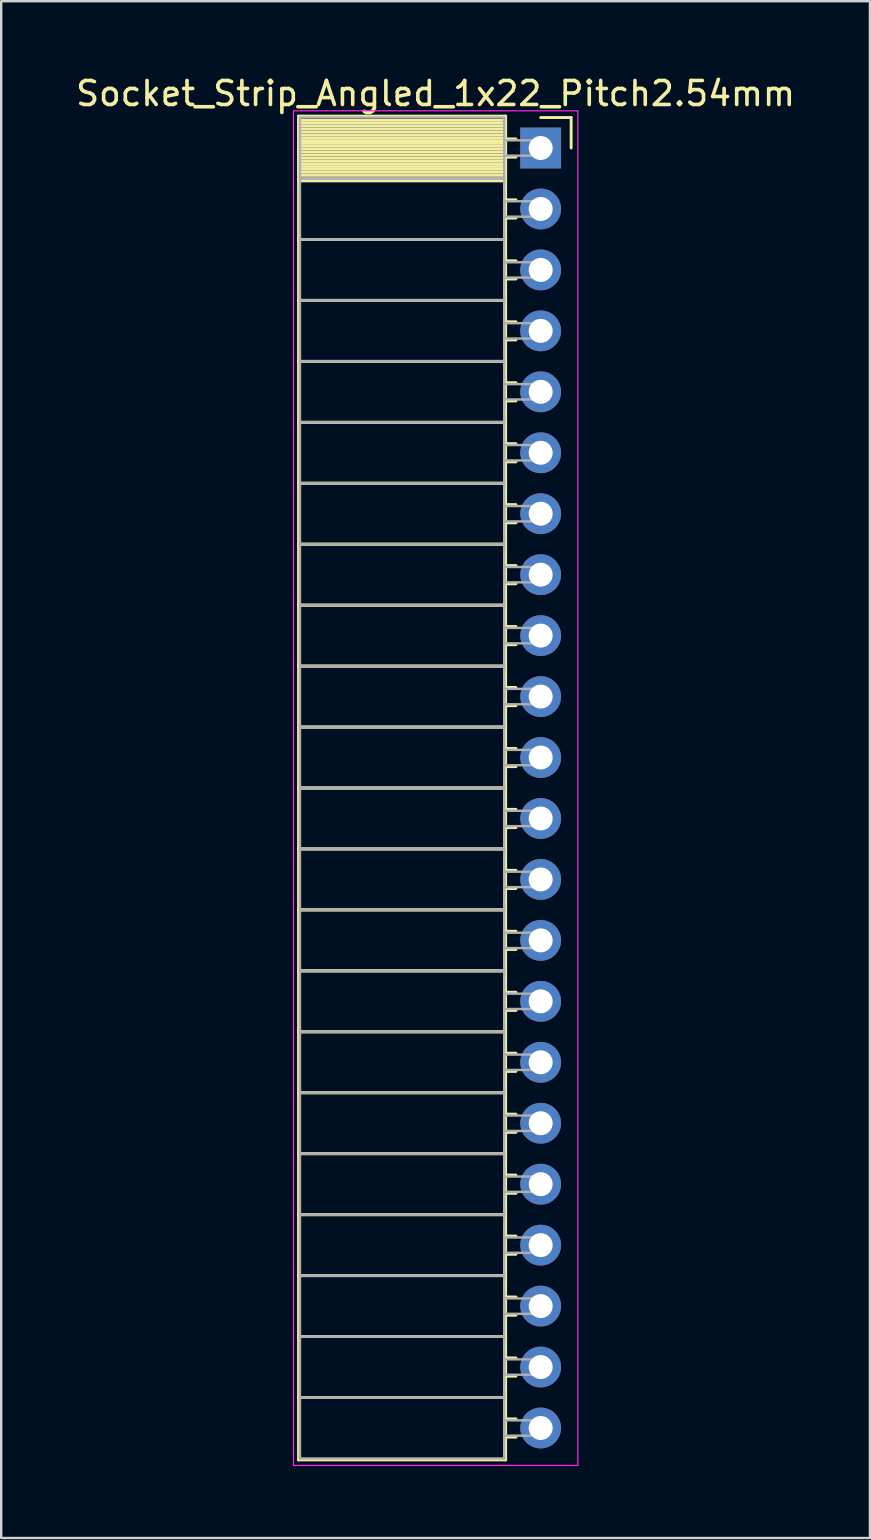
<source format=kicad_pcb>
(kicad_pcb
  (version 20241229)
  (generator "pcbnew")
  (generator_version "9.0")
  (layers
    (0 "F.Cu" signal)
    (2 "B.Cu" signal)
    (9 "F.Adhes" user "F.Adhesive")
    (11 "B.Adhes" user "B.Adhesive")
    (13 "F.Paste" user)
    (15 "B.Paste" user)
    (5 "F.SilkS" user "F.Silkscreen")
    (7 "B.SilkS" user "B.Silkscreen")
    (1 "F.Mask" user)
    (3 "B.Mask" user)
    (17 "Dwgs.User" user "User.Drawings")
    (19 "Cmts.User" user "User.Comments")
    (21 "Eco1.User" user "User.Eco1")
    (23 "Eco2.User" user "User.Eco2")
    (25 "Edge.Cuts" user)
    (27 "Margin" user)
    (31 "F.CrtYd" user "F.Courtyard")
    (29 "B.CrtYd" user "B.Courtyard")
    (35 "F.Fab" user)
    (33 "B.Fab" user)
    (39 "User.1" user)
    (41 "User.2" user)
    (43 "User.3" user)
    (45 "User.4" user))
  (footprint "Socket_Strip_Angled_1x22_Pitch2.54mm"
    (layer "F.Cu")
    (at 19.481 3.118)
    (property "Reference" "Socket_Strip_Angled_1x22_Pitch2.54mm" (at -4.38 -2.27 0) (layer "F.SilkS") (effects (font (size 1 1) (thickness 0.15))))
    (attr through_hole)
    (fp_line (start -10.09 -1.33) (end -1.46 -1.33) (stroke (width 0.12) (type solid)) (layer "F.SilkS"))
    (fp_line (start -10.09 1.27) (end -10.09 -1.33) (stroke (width 0.12) (type solid)) (layer "F.SilkS"))
    (fp_line (start -10.09 1.27) (end -1.46 1.27) (stroke (width 0.12) (type solid)) (layer "F.SilkS"))
    (fp_line (start -10.09 3.81) (end -10.09 1.27) (stroke (width 0.12) (type solid)) (layer "F.SilkS"))
    (fp_line (start -10.09 3.81) (end -1.46 3.81) (stroke (width 0.12) (type solid)) (layer "F.SilkS"))
    (fp_line (start -10.09 6.35) (end -10.09 3.81) (stroke (width 0.12) (type solid)) (layer "F.SilkS"))
    (fp_line (start -10.09 6.35) (end -1.46 6.35) (stroke (width 0.12) (type solid)) (layer "F.SilkS"))
    (fp_line (start -10.09 8.89) (end -10.09 6.35) (stroke (width 0.12) (type solid)) (layer "F.SilkS"))
    (fp_line (start -10.09 8.89) (end -1.46 8.89) (stroke (width 0.12) (type solid)) (layer "F.SilkS"))
    (fp_line (start -10.09 11.43) (end -10.09 8.89) (stroke (width 0.12) (type solid)) (layer "F.SilkS"))
    (fp_line (start -10.09 11.43) (end -1.46 11.43) (stroke (width 0.12) (type solid)) (layer "F.SilkS"))
    (fp_line (start -10.09 13.97) (end -10.09 11.43) (stroke (width 0.12) (type solid)) (layer "F.SilkS"))
    (fp_line (start -10.09 13.97) (end -1.46 13.97) (stroke (width 0.12) (type solid)) (layer "F.SilkS"))
    (fp_line (start -10.09 16.51) (end -10.09 13.97) (stroke (width 0.12) (type solid)) (layer "F.SilkS"))
    (fp_line (start -10.09 16.51) (end -1.46 16.51) (stroke (width 0.12) (type solid)) (layer "F.SilkS"))
    (fp_line (start -10.09 19.05) (end -10.09 16.51) (stroke (width 0.12) (type solid)) (layer "F.SilkS"))
    (fp_line (start -10.09 19.05) (end -1.46 19.05) (stroke (width 0.12) (type solid)) (layer "F.SilkS"))
    (fp_line (start -10.09 21.59) (end -10.09 19.05) (stroke (width 0.12) (type solid)) (layer "F.SilkS"))
    (fp_line (start -10.09 21.59) (end -1.46 21.59) (stroke (width 0.12) (type solid)) (layer "F.SilkS"))
    (fp_line (start -10.09 24.13) (end -10.09 21.59) (stroke (width 0.12) (type solid)) (layer "F.SilkS"))
    (fp_line (start -10.09 24.13) (end -1.46 24.13) (stroke (width 0.12) (type solid)) (layer "F.SilkS"))
    (fp_line (start -10.09 26.67) (end -10.09 24.13) (stroke (width 0.12) (type solid)) (layer "F.SilkS"))
    (fp_line (start -10.09 26.67) (end -1.46 26.67) (stroke (width 0.12) (type solid)) (layer "F.SilkS"))
    (fp_line (start -10.09 29.21) (end -10.09 26.67) (stroke (width 0.12) (type solid)) (layer "F.SilkS"))
    (fp_line (start -10.09 29.21) (end -1.46 29.21) (stroke (width 0.12) (type solid)) (layer "F.SilkS"))
    (fp_line (start -10.09 31.75) (end -10.09 29.21) (stroke (width 0.12) (type solid)) (layer "F.SilkS"))
    (fp_line (start -10.09 31.75) (end -1.46 31.75) (stroke (width 0.12) (type solid)) (layer "F.SilkS"))
    (fp_line (start -10.09 34.29) (end -10.09 31.75) (stroke (width 0.12) (type solid)) (layer "F.SilkS"))
    (fp_line (start -10.09 34.29) (end -1.46 34.29) (stroke (width 0.12) (type solid)) (layer "F.SilkS"))
    (fp_line (start -10.09 36.83) (end -10.09 34.29) (stroke (width 0.12) (type solid)) (layer "F.SilkS"))
    (fp_line (start -10.09 36.83) (end -1.46 36.83) (stroke (width 0.12) (type solid)) (layer "F.SilkS"))
    (fp_line (start -10.09 39.37) (end -10.09 36.83) (stroke (width 0.12) (type solid)) (layer "F.SilkS"))
    (fp_line (start -10.09 39.37) (end -1.46 39.37) (stroke (width 0.12) (type solid)) (layer "F.SilkS"))
    (fp_line (start -10.09 41.91) (end -10.09 39.37) (stroke (width 0.12) (type solid)) (layer "F.SilkS"))
    (fp_line (start -10.09 41.91) (end -1.46 41.91) (stroke (width 0.12) (type solid)) (layer "F.SilkS"))
    (fp_line (start -10.09 44.45) (end -10.09 41.91) (stroke (width 0.12) (type solid)) (layer "F.SilkS"))
    (fp_line (start -10.09 44.45) (end -1.46 44.45) (stroke (width 0.12) (type solid)) (layer "F.SilkS"))
    (fp_line (start -10.09 46.99) (end -10.09 44.45) (stroke (width 0.12) (type solid)) (layer "F.SilkS"))
    (fp_line (start -10.09 46.99) (end -1.46 46.99) (stroke (width 0.12) (type solid)) (layer "F.SilkS"))
    (fp_line (start -10.09 49.53) (end -10.09 46.99) (stroke (width 0.12) (type solid)) (layer "F.SilkS"))
    (fp_line (start -10.09 49.53) (end -1.46 49.53) (stroke (width 0.12) (type solid)) (layer "F.SilkS"))
    (fp_line (start -10.09 52.07) (end -10.09 49.53) (stroke (width 0.12) (type solid)) (layer "F.SilkS"))
    (fp_line (start -10.09 52.07) (end -1.46 52.07) (stroke (width 0.12) (type solid)) (layer "F.SilkS"))
    (fp_line (start -10.09 54.67) (end -10.09 52.07) (stroke (width 0.12) (type solid)) (layer "F.SilkS"))
    (fp_line (start -1.46 -1.33) (end -1.46 1.27) (stroke (width 0.12) (type solid)) (layer "F.SilkS"))
    (fp_line (start -1.46 -1.15) (end -10.09 -1.15) (stroke (width 0.12) (type solid)) (layer "F.SilkS"))
    (fp_line (start -1.46 -1.03) (end -10.09 -1.03) (stroke (width 0.12) (type solid)) (layer "F.SilkS"))
    (fp_line (start -1.46 -0.91) (end -10.09 -0.91) (stroke (width 0.12) (type solid)) (layer "F.SilkS"))
    (fp_line (start -1.46 -0.79) (end -10.09 -0.79) (stroke (width 0.12) (type solid)) (layer "F.SilkS"))
    (fp_line (start -1.46 -0.67) (end -10.09 -0.67) (stroke (width 0.12) (type solid)) (layer "F.SilkS"))
    (fp_line (start -1.46 -0.55) (end -10.09 -0.55) (stroke (width 0.12) (type solid)) (layer "F.SilkS"))
    (fp_line (start -1.46 -0.43) (end -10.09 -0.43) (stroke (width 0.12) (type solid)) (layer "F.SilkS"))
    (fp_line (start -1.46 -0.31) (end -10.09 -0.31) (stroke (width 0.12) (type solid)) (layer "F.SilkS"))
    (fp_line (start -1.46 -0.19) (end -10.09 -0.19) (stroke (width 0.12) (type solid)) (layer "F.SilkS"))
    (fp_line (start -1.46 -0.07) (end -10.09 -0.07) (stroke (width 0.12) (type solid)) (layer "F.SilkS"))
    (fp_line (start -1.46 0.05) (end -10.09 0.05) (stroke (width 0.12) (type solid)) (layer "F.SilkS"))
    (fp_line (start -1.46 0.17) (end -10.09 0.17) (stroke (width 0.12) (type solid)) (layer "F.SilkS"))
    (fp_line (start -1.46 0.29) (end -10.09 0.29) (stroke (width 0.12) (type solid)) (layer "F.SilkS"))
    (fp_line (start -1.46 0.41) (end -10.09 0.41) (stroke (width 0.12) (type solid)) (layer "F.SilkS"))
    (fp_line (start -1.46 0.53) (end -10.09 0.53) (stroke (width 0.12) (type solid)) (layer "F.SilkS"))
    (fp_line (start -1.46 0.65) (end -10.09 0.65) (stroke (width 0.12) (type solid)) (layer "F.SilkS"))
    (fp_line (start -1.46 0.77) (end -10.09 0.77) (stroke (width 0.12) (type solid)) (layer "F.SilkS"))
    (fp_line (start -1.46 0.89) (end -10.09 0.89) (stroke (width 0.12) (type solid)) (layer "F.SilkS"))
    (fp_line (start -1.46 1.01) (end -10.09 1.01) (stroke (width 0.12) (type solid)) (layer "F.SilkS"))
    (fp_line (start -1.46 1.13) (end -10.09 1.13) (stroke (width 0.12) (type solid)) (layer "F.SilkS"))
    (fp_line (start -1.46 1.25) (end -10.09 1.25) (stroke (width 0.12) (type solid)) (layer "F.SilkS"))
    (fp_line (start -1.46 1.27) (end -10.09 1.27) (stroke (width 0.12) (type solid)) (layer "F.SilkS"))
    (fp_line (start -1.46 1.27) (end -1.46 3.81) (stroke (width 0.12) (type solid)) (layer "F.SilkS"))
    (fp_line (start -1.46 1.37) (end -10.09 1.37) (stroke (width 0.12) (type solid)) (layer "F.SilkS"))
    (fp_line (start -1.46 3.81) (end -10.09 3.81) (stroke (width 0.12) (type solid)) (layer "F.SilkS"))
    (fp_line (start -1.46 3.81) (end -1.46 6.35) (stroke (width 0.12) (type solid)) (layer "F.SilkS"))
    (fp_line (start -1.46 6.35) (end -10.09 6.35) (stroke (width 0.12) (type solid)) (layer "F.SilkS"))
    (fp_line (start -1.46 6.35) (end -1.46 8.89) (stroke (width 0.12) (type solid)) (layer "F.SilkS"))
    (fp_line (start -1.46 8.89) (end -10.09 8.89) (stroke (width 0.12) (type solid)) (layer "F.SilkS"))
    (fp_line (start -1.46 8.89) (end -1.46 11.43) (stroke (width 0.12) (type solid)) (layer "F.SilkS"))
    (fp_line (start -1.46 11.43) (end -10.09 11.43) (stroke (width 0.12) (type solid)) (layer "F.SilkS"))
    (fp_line (start -1.46 11.43) (end -1.46 13.97) (stroke (width 0.12) (type solid)) (layer "F.SilkS"))
    (fp_line (start -1.46 13.97) (end -10.09 13.97) (stroke (width 0.12) (type solid)) (layer "F.SilkS"))
    (fp_line (start -1.46 13.97) (end -1.46 16.51) (stroke (width 0.12) (type solid)) (layer "F.SilkS"))
    (fp_line (start -1.46 16.51) (end -10.09 16.51) (stroke (width 0.12) (type solid)) (layer "F.SilkS"))
    (fp_line (start -1.46 16.51) (end -1.46 19.05) (stroke (width 0.12) (type solid)) (layer "F.SilkS"))
    (fp_line (start -1.46 19.05) (end -10.09 19.05) (stroke (width 0.12) (type solid)) (layer "F.SilkS"))
    (fp_line (start -1.46 19.05) (end -1.46 21.59) (stroke (width 0.12) (type solid)) (layer "F.SilkS"))
    (fp_line (start -1.46 21.59) (end -10.09 21.59) (stroke (width 0.12) (type solid)) (layer "F.SilkS"))
    (fp_line (start -1.46 21.59) (end -1.46 24.13) (stroke (width 0.12) (type solid)) (layer "F.SilkS"))
    (fp_line (start -1.46 24.13) (end -10.09 24.13) (stroke (width 0.12) (type solid)) (layer "F.SilkS"))
    (fp_line (start -1.46 24.13) (end -1.46 26.67) (stroke (width 0.12) (type solid)) (layer "F.SilkS"))
    (fp_line (start -1.46 26.67) (end -10.09 26.67) (stroke (width 0.12) (type solid)) (layer "F.SilkS"))
    (fp_line (start -1.46 26.67) (end -1.46 29.21) (stroke (width 0.12) (type solid)) (layer "F.SilkS"))
    (fp_line (start -1.46 29.21) (end -10.09 29.21) (stroke (width 0.12) (type solid)) (layer "F.SilkS"))
    (fp_line (start -1.46 29.21) (end -1.46 31.75) (stroke (width 0.12) (type solid)) (layer "F.SilkS"))
    (fp_line (start -1.46 31.75) (end -10.09 31.75) (stroke (width 0.12) (type solid)) (layer "F.SilkS"))
    (fp_line (start -1.46 31.75) (end -1.46 34.29) (stroke (width 0.12) (type solid)) (layer "F.SilkS"))
    (fp_line (start -1.46 34.29) (end -10.09 34.29) (stroke (width 0.12) (type solid)) (layer "F.SilkS"))
    (fp_line (start -1.46 34.29) (end -1.46 36.83) (stroke (width 0.12) (type solid)) (layer "F.SilkS"))
    (fp_line (start -1.46 36.83) (end -10.09 36.83) (stroke (width 0.12) (type solid)) (layer "F.SilkS"))
    (fp_line (start -1.46 36.83) (end -1.46 39.37) (stroke (width 0.12) (type solid)) (layer "F.SilkS"))
    (fp_line (start -1.46 39.37) (end -10.09 39.37) (stroke (width 0.12) (type solid)) (layer "F.SilkS"))
    (fp_line (start -1.46 39.37) (end -1.46 41.91) (stroke (width 0.12) (type solid)) (layer "F.SilkS"))
    (fp_line (start -1.46 41.91) (end -10.09 41.91) (stroke (width 0.12) (type solid)) (layer "F.SilkS"))
    (fp_line (start -1.46 41.91) (end -1.46 44.45) (stroke (width 0.12) (type solid)) (layer "F.SilkS"))
    (fp_line (start -1.46 44.45) (end -10.09 44.45) (stroke (width 0.12) (type solid)) (layer "F.SilkS"))
    (fp_line (start -1.46 44.45) (end -1.46 46.99) (stroke (width 0.12) (type solid)) (layer "F.SilkS"))
    (fp_line (start -1.46 46.99) (end -10.09 46.99) (stroke (width 0.12) (type solid)) (layer "F.SilkS"))
    (fp_line (start -1.46 46.99) (end -1.46 49.53) (stroke (width 0.12) (type solid)) (layer "F.SilkS"))
    (fp_line (start -1.46 49.53) (end -10.09 49.53) (stroke (width 0.12) (type solid)) (layer "F.SilkS"))
    (fp_line (start -1.46 49.53) (end -1.46 52.07) (stroke (width 0.12) (type solid)) (layer "F.SilkS"))
    (fp_line (start -1.46 52.07) (end -10.09 52.07) (stroke (width 0.12) (type solid)) (layer "F.SilkS"))
    (fp_line (start -1.46 52.07) (end -1.46 54.67) (stroke (width 0.12) (type solid)) (layer "F.SilkS"))
    (fp_line (start -1.46 54.67) (end -10.09 54.67) (stroke (width 0.12) (type solid)) (layer "F.SilkS"))
    (fp_line (start -1.03 -0.38) (end -1.46 -0.38) (stroke (width 0.12) (type solid)) (layer "F.SilkS"))
    (fp_line (start -1.03 0.38) (end -1.46 0.38) (stroke (width 0.12) (type solid)) (layer "F.SilkS"))
    (fp_line (start -1.03 2.16) (end -1.46 2.16) (stroke (width 0.12) (type solid)) (layer "F.SilkS"))
    (fp_line (start -1.03 2.92) (end -1.46 2.92) (stroke (width 0.12) (type solid)) (layer "F.SilkS"))
    (fp_line (start -1.03 4.7) (end -1.46 4.7) (stroke (width 0.12) (type solid)) (layer "F.SilkS"))
    (fp_line (start -1.03 5.46) (end -1.46 5.46) (stroke (width 0.12) (type solid)) (layer "F.SilkS"))
    (fp_line (start -1.03 7.24) (end -1.46 7.24) (stroke (width 0.12) (type solid)) (layer "F.SilkS"))
    (fp_line (start -1.03 8) (end -1.46 8) (stroke (width 0.12) (type solid)) (layer "F.SilkS"))
    (fp_line (start -1.03 9.78) (end -1.46 9.78) (stroke (width 0.12) (type solid)) (layer "F.SilkS"))
    (fp_line (start -1.03 10.54) (end -1.46 10.54) (stroke (width 0.12) (type solid)) (layer "F.SilkS"))
    (fp_line (start -1.03 12.32) (end -1.46 12.32) (stroke (width 0.12) (type solid)) (layer "F.SilkS"))
    (fp_line (start -1.03 13.08) (end -1.46 13.08) (stroke (width 0.12) (type solid)) (layer "F.SilkS"))
    (fp_line (start -1.03 14.86) (end -1.46 14.86) (stroke (width 0.12) (type solid)) (layer "F.SilkS"))
    (fp_line (start -1.03 15.62) (end -1.46 15.62) (stroke (width 0.12) (type solid)) (layer "F.SilkS"))
    (fp_line (start -1.03 17.4) (end -1.46 17.4) (stroke (width 0.12) (type solid)) (layer "F.SilkS"))
    (fp_line (start -1.03 18.16) (end -1.46 18.16) (stroke (width 0.12) (type solid)) (layer "F.SilkS"))
    (fp_line (start -1.03 19.94) (end -1.46 19.94) (stroke (width 0.12) (type solid)) (layer "F.SilkS"))
    (fp_line (start -1.03 20.7) (end -1.46 20.7) (stroke (width 0.12) (type solid)) (layer "F.SilkS"))
    (fp_line (start -1.03 22.48) (end -1.46 22.48) (stroke (width 0.12) (type solid)) (layer "F.SilkS"))
    (fp_line (start -1.03 23.24) (end -1.46 23.24) (stroke (width 0.12) (type solid)) (layer "F.SilkS"))
    (fp_line (start -1.03 25.02) (end -1.46 25.02) (stroke (width 0.12) (type solid)) (layer "F.SilkS"))
    (fp_line (start -1.03 25.78) (end -1.46 25.78) (stroke (width 0.12) (type solid)) (layer "F.SilkS"))
    (fp_line (start -1.03 27.56) (end -1.46 27.56) (stroke (width 0.12) (type solid)) (layer "F.SilkS"))
    (fp_line (start -1.03 28.32) (end -1.46 28.32) (stroke (width 0.12) (type solid)) (layer "F.SilkS"))
    (fp_line (start -1.03 30.1) (end -1.46 30.1) (stroke (width 0.12) (type solid)) (layer "F.SilkS"))
    (fp_line (start -1.03 30.86) (end -1.46 30.86) (stroke (width 0.12) (type solid)) (layer "F.SilkS"))
    (fp_line (start -1.03 32.64) (end -1.46 32.64) (stroke (width 0.12) (type solid)) (layer "F.SilkS"))
    (fp_line (start -1.03 33.4) (end -1.46 33.4) (stroke (width 0.12) (type solid)) (layer "F.SilkS"))
    (fp_line (start -1.03 35.18) (end -1.46 35.18) (stroke (width 0.12) (type solid)) (layer "F.SilkS"))
    (fp_line (start -1.03 35.94) (end -1.46 35.94) (stroke (width 0.12) (type solid)) (layer "F.SilkS"))
    (fp_line (start -1.03 37.72) (end -1.46 37.72) (stroke (width 0.12) (type solid)) (layer "F.SilkS"))
    (fp_line (start -1.03 38.48) (end -1.46 38.48) (stroke (width 0.12) (type solid)) (layer "F.SilkS"))
    (fp_line (start -1.03 40.26) (end -1.46 40.26) (stroke (width 0.12) (type solid)) (layer "F.SilkS"))
    (fp_line (start -1.03 41.02) (end -1.46 41.02) (stroke (width 0.12) (type solid)) (layer "F.SilkS"))
    (fp_line (start -1.03 42.8) (end -1.46 42.8) (stroke (width 0.12) (type solid)) (layer "F.SilkS"))
    (fp_line (start -1.03 43.56) (end -1.46 43.56) (stroke (width 0.12) (type solid)) (layer "F.SilkS"))
    (fp_line (start -1.03 45.34) (end -1.46 45.34) (stroke (width 0.12) (type solid)) (layer "F.SilkS"))
    (fp_line (start -1.03 46.1) (end -1.46 46.1) (stroke (width 0.12) (type solid)) (layer "F.SilkS"))
    (fp_line (start -1.03 47.88) (end -1.46 47.88) (stroke (width 0.12) (type solid)) (layer "F.SilkS"))
    (fp_line (start -1.03 48.64) (end -1.46 48.64) (stroke (width 0.12) (type solid)) (layer "F.SilkS"))
    (fp_line (start -1.03 50.42) (end -1.46 50.42) (stroke (width 0.12) (type solid)) (layer "F.SilkS"))
    (fp_line (start -1.03 51.18) (end -1.46 51.18) (stroke (width 0.12) (type solid)) (layer "F.SilkS"))
    (fp_line (start -1.03 52.96) (end -1.46 52.96) (stroke (width 0.12) (type solid)) (layer "F.SilkS"))
    (fp_line (start -1.03 53.72) (end -1.46 53.72) (stroke (width 0.12) (type solid)) (layer "F.SilkS"))
    (fp_line (start 0 -1.27) (end 1.27 -1.27) (stroke (width 0.12) (type solid)) (layer "F.SilkS"))
    (fp_line (start 1.27 -1.27) (end 1.27 0) (stroke (width 0.12) (type solid)) (layer "F.SilkS"))
    (fp_line (start -10.3 -1.55) (end 1.55 -1.55) (stroke (width 0.05) (type solid)) (layer "F.CrtYd"))
    (fp_line (start -10.3 54.9) (end -10.3 -1.55) (stroke (width 0.05) (type solid)) (layer "F.CrtYd"))
    (fp_line (start 1.55 -1.55) (end 1.55 54.9) (stroke (width 0.05) (type solid)) (layer "F.CrtYd"))
    (fp_line (start 1.55 54.9) (end -10.3 54.9) (stroke (width 0.05) (type solid)) (layer "F.CrtYd"))
    (fp_line (start -10.03 -1.27) (end -1.52 -1.27) (stroke (width 0.1) (type solid)) (layer "F.Fab"))
    (fp_line (start -10.03 1.27) (end -10.03 -1.27) (stroke (width 0.1) (type solid)) (layer "F.Fab"))
    (fp_line (start -10.03 1.27) (end -1.52 1.27) (stroke (width 0.1) (type solid)) (layer "F.Fab"))
    (fp_line (start -10.03 3.81) (end -10.03 1.27) (stroke (width 0.1) (type solid)) (layer "F.Fab"))
    (fp_line (start -10.03 3.81) (end -1.52 3.81) (stroke (width 0.1) (type solid)) (layer "F.Fab"))
    (fp_line (start -10.03 6.35) (end -10.03 3.81) (stroke (width 0.1) (type solid)) (layer "F.Fab"))
    (fp_line (start -10.03 6.35) (end -1.52 6.35) (stroke (width 0.1) (type solid)) (layer "F.Fab"))
    (fp_line (start -10.03 8.89) (end -10.03 6.35) (stroke (width 0.1) (type solid)) (layer "F.Fab"))
    (fp_line (start -10.03 8.89) (end -1.52 8.89) (stroke (width 0.1) (type solid)) (layer "F.Fab"))
    (fp_line (start -10.03 11.43) (end -10.03 8.89) (stroke (width 0.1) (type solid)) (layer "F.Fab"))
    (fp_line (start -10.03 11.43) (end -1.52 11.43) (stroke (width 0.1) (type solid)) (layer "F.Fab"))
    (fp_line (start -10.03 13.97) (end -10.03 11.43) (stroke (width 0.1) (type solid)) (layer "F.Fab"))
    (fp_line (start -10.03 13.97) (end -1.52 13.97) (stroke (width 0.1) (type solid)) (layer "F.Fab"))
    (fp_line (start -10.03 16.51) (end -10.03 13.97) (stroke (width 0.1) (type solid)) (layer "F.Fab"))
    (fp_line (start -10.03 16.51) (end -1.52 16.51) (stroke (width 0.1) (type solid)) (layer "F.Fab"))
    (fp_line (start -10.03 19.05) (end -10.03 16.51) (stroke (width 0.1) (type solid)) (layer "F.Fab"))
    (fp_line (start -10.03 19.05) (end -1.52 19.05) (stroke (width 0.1) (type solid)) (layer "F.Fab"))
    (fp_line (start -10.03 21.59) (end -10.03 19.05) (stroke (width 0.1) (type solid)) (layer "F.Fab"))
    (fp_line (start -10.03 21.59) (end -1.52 21.59) (stroke (width 0.1) (type solid)) (layer "F.Fab"))
    (fp_line (start -10.03 24.13) (end -10.03 21.59) (stroke (width 0.1) (type solid)) (layer "F.Fab"))
    (fp_line (start -10.03 24.13) (end -1.52 24.13) (stroke (width 0.1) (type solid)) (layer "F.Fab"))
    (fp_line (start -10.03 26.67) (end -10.03 24.13) (stroke (width 0.1) (type solid)) (layer "F.Fab"))
    (fp_line (start -10.03 26.67) (end -1.52 26.67) (stroke (width 0.1) (type solid)) (layer "F.Fab"))
    (fp_line (start -10.03 29.21) (end -10.03 26.67) (stroke (width 0.1) (type solid)) (layer "F.Fab"))
    (fp_line (start -10.03 29.21) (end -1.52 29.21) (stroke (width 0.1) (type solid)) (layer "F.Fab"))
    (fp_line (start -10.03 31.75) (end -10.03 29.21) (stroke (width 0.1) (type solid)) (layer "F.Fab"))
    (fp_line (start -10.03 31.75) (end -1.52 31.75) (stroke (width 0.1) (type solid)) (layer "F.Fab"))
    (fp_line (start -10.03 34.29) (end -10.03 31.75) (stroke (width 0.1) (type solid)) (layer "F.Fab"))
    (fp_line (start -10.03 34.29) (end -1.52 34.29) (stroke (width 0.1) (type solid)) (layer "F.Fab"))
    (fp_line (start -10.03 36.83) (end -10.03 34.29) (stroke (width 0.1) (type solid)) (layer "F.Fab"))
    (fp_line (start -10.03 36.83) (end -1.52 36.83) (stroke (width 0.1) (type solid)) (layer "F.Fab"))
    (fp_line (start -10.03 39.37) (end -10.03 36.83) (stroke (width 0.1) (type solid)) (layer "F.Fab"))
    (fp_line (start -10.03 39.37) (end -1.52 39.37) (stroke (width 0.1) (type solid)) (layer "F.Fab"))
    (fp_line (start -10.03 41.91) (end -10.03 39.37) (stroke (width 0.1) (type solid)) (layer "F.Fab"))
    (fp_line (start -10.03 41.91) (end -1.52 41.91) (stroke (width 0.1) (type solid)) (layer "F.Fab"))
    (fp_line (start -10.03 44.45) (end -10.03 41.91) (stroke (width 0.1) (type solid)) (layer "F.Fab"))
    (fp_line (start -10.03 44.45) (end -1.52 44.45) (stroke (width 0.1) (type solid)) (layer "F.Fab"))
    (fp_line (start -10.03 46.99) (end -10.03 44.45) (stroke (width 0.1) (type solid)) (layer "F.Fab"))
    (fp_line (start -10.03 46.99) (end -1.52 46.99) (stroke (width 0.1) (type solid)) (layer "F.Fab"))
    (fp_line (start -10.03 49.53) (end -10.03 46.99) (stroke (width 0.1) (type solid)) (layer "F.Fab"))
    (fp_line (start -10.03 49.53) (end -1.52 49.53) (stroke (width 0.1) (type solid)) (layer "F.Fab"))
    (fp_line (start -10.03 52.07) (end -10.03 49.53) (stroke (width 0.1) (type solid)) (layer "F.Fab"))
    (fp_line (start -10.03 52.07) (end -1.52 52.07) (stroke (width 0.1) (type solid)) (layer "F.Fab"))
    (fp_line (start -10.03 54.61) (end -10.03 52.07) (stroke (width 0.1) (type solid)) (layer "F.Fab"))
    (fp_line (start -1.52 -1.27) (end -1.52 1.27) (stroke (width 0.1) (type solid)) (layer "F.Fab"))
    (fp_line (start -1.52 -0.32) (end 0 -0.32) (stroke (width 0.1) (type solid)) (layer "F.Fab"))
    (fp_line (start -1.52 0.32) (end -1.52 -0.32) (stroke (width 0.1) (type solid)) (layer "F.Fab"))
    (fp_line (start -1.52 1.27) (end -10.03 1.27) (stroke (width 0.1) (type solid)) (layer "F.Fab"))
    (fp_line (start -1.52 1.27) (end -1.52 3.81) (stroke (width 0.1) (type solid)) (layer "F.Fab"))
    (fp_line (start -1.52 2.22) (end 0 2.22) (stroke (width 0.1) (type solid)) (layer "F.Fab"))
    (fp_line (start -1.52 2.86) (end -1.52 2.22) (stroke (width 0.1) (type solid)) (layer "F.Fab"))
    (fp_line (start -1.52 3.81) (end -10.03 3.81) (stroke (width 0.1) (type solid)) (layer "F.Fab"))
    (fp_line (start -1.52 3.81) (end -1.52 6.35) (stroke (width 0.1) (type solid)) (layer "F.Fab"))
    (fp_line (start -1.52 4.76) (end 0 4.76) (stroke (width 0.1) (type solid)) (layer "F.Fab"))
    (fp_line (start -1.52 5.4) (end -1.52 4.76) (stroke (width 0.1) (type solid)) (layer "F.Fab"))
    (fp_line (start -1.52 6.35) (end -10.03 6.35) (stroke (width 0.1) (type solid)) (layer "F.Fab"))
    (fp_line (start -1.52 6.35) (end -1.52 8.89) (stroke (width 0.1) (type solid)) (layer "F.Fab"))
    (fp_line (start -1.52 7.3) (end 0 7.3) (stroke (width 0.1) (type solid)) (layer "F.Fab"))
    (fp_line (start -1.52 7.94) (end -1.52 7.3) (stroke (width 0.1) (type solid)) (layer "F.Fab"))
    (fp_line (start -1.52 8.89) (end -10.03 8.89) (stroke (width 0.1) (type solid)) (layer "F.Fab"))
    (fp_line (start -1.52 8.89) (end -1.52 11.43) (stroke (width 0.1) (type solid)) (layer "F.Fab"))
    (fp_line (start -1.52 9.84) (end 0 9.84) (stroke (width 0.1) (type solid)) (layer "F.Fab"))
    (fp_line (start -1.52 10.48) (end -1.52 9.84) (stroke (width 0.1) (type solid)) (layer "F.Fab"))
    (fp_line (start -1.52 11.43) (end -10.03 11.43) (stroke (width 0.1) (type solid)) (layer "F.Fab"))
    (fp_line (start -1.52 11.43) (end -1.52 13.97) (stroke (width 0.1) (type solid)) (layer "F.Fab"))
    (fp_line (start -1.52 12.38) (end 0 12.38) (stroke (width 0.1) (type solid)) (layer "F.Fab"))
    (fp_line (start -1.52 13.02) (end -1.52 12.38) (stroke (width 0.1) (type solid)) (layer "F.Fab"))
    (fp_line (start -1.52 13.97) (end -10.03 13.97) (stroke (width 0.1) (type solid)) (layer "F.Fab"))
    (fp_line (start -1.52 13.97) (end -1.52 16.51) (stroke (width 0.1) (type solid)) (layer "F.Fab"))
    (fp_line (start -1.52 14.92) (end 0 14.92) (stroke (width 0.1) (type solid)) (layer "F.Fab"))
    (fp_line (start -1.52 15.56) (end -1.52 14.92) (stroke (width 0.1) (type solid)) (layer "F.Fab"))
    (fp_line (start -1.52 16.51) (end -10.03 16.51) (stroke (width 0.1) (type solid)) (layer "F.Fab"))
    (fp_line (start -1.52 16.51) (end -1.52 19.05) (stroke (width 0.1) (type solid)) (layer "F.Fab"))
    (fp_line (start -1.52 17.46) (end 0 17.46) (stroke (width 0.1) (type solid)) (layer "F.Fab"))
    (fp_line (start -1.52 18.1) (end -1.52 17.46) (stroke (width 0.1) (type solid)) (layer "F.Fab"))
    (fp_line (start -1.52 19.05) (end -10.03 19.05) (stroke (width 0.1) (type solid)) (layer "F.Fab"))
    (fp_line (start -1.52 19.05) (end -1.52 21.59) (stroke (width 0.1) (type solid)) (layer "F.Fab"))
    (fp_line (start -1.52 20) (end 0 20) (stroke (width 0.1) (type solid)) (layer "F.Fab"))
    (fp_line (start -1.52 20.64) (end -1.52 20) (stroke (width 0.1) (type solid)) (layer "F.Fab"))
    (fp_line (start -1.52 21.59) (end -10.03 21.59) (stroke (width 0.1) (type solid)) (layer "F.Fab"))
    (fp_line (start -1.52 21.59) (end -1.52 24.13) (stroke (width 0.1) (type solid)) (layer "F.Fab"))
    (fp_line (start -1.52 22.54) (end 0 22.54) (stroke (width 0.1) (type solid)) (layer "F.Fab"))
    (fp_line (start -1.52 23.18) (end -1.52 22.54) (stroke (width 0.1) (type solid)) (layer "F.Fab"))
    (fp_line (start -1.52 24.13) (end -10.03 24.13) (stroke (width 0.1) (type solid)) (layer "F.Fab"))
    (fp_line (start -1.52 24.13) (end -1.52 26.67) (stroke (width 0.1) (type solid)) (layer "F.Fab"))
    (fp_line (start -1.52 25.08) (end 0 25.08) (stroke (width 0.1) (type solid)) (layer "F.Fab"))
    (fp_line (start -1.52 25.72) (end -1.52 25.08) (stroke (width 0.1) (type solid)) (layer "F.Fab"))
    (fp_line (start -1.52 26.67) (end -10.03 26.67) (stroke (width 0.1) (type solid)) (layer "F.Fab"))
    (fp_line (start -1.52 26.67) (end -1.52 29.21) (stroke (width 0.1) (type solid)) (layer "F.Fab"))
    (fp_line (start -1.52 27.62) (end 0 27.62) (stroke (width 0.1) (type solid)) (layer "F.Fab"))
    (fp_line (start -1.52 28.26) (end -1.52 27.62) (stroke (width 0.1) (type solid)) (layer "F.Fab"))
    (fp_line (start -1.52 29.21) (end -10.03 29.21) (stroke (width 0.1) (type solid)) (layer "F.Fab"))
    (fp_line (start -1.52 29.21) (end -1.52 31.75) (stroke (width 0.1) (type solid)) (layer "F.Fab"))
    (fp_line (start -1.52 30.16) (end 0 30.16) (stroke (width 0.1) (type solid)) (layer "F.Fab"))
    (fp_line (start -1.52 30.8) (end -1.52 30.16) (stroke (width 0.1) (type solid)) (layer "F.Fab"))
    (fp_line (start -1.52 31.75) (end -10.03 31.75) (stroke (width 0.1) (type solid)) (layer "F.Fab"))
    (fp_line (start -1.52 31.75) (end -1.52 34.29) (stroke (width 0.1) (type solid)) (layer "F.Fab"))
    (fp_line (start -1.52 32.7) (end 0 32.7) (stroke (width 0.1) (type solid)) (layer "F.Fab"))
    (fp_line (start -1.52 33.34) (end -1.52 32.7) (stroke (width 0.1) (type solid)) (layer "F.Fab"))
    (fp_line (start -1.52 34.29) (end -10.03 34.29) (stroke (width 0.1) (type solid)) (layer "F.Fab"))
    (fp_line (start -1.52 34.29) (end -1.52 36.83) (stroke (width 0.1) (type solid)) (layer "F.Fab"))
    (fp_line (start -1.52 35.24) (end 0 35.24) (stroke (width 0.1) (type solid)) (layer "F.Fab"))
    (fp_line (start -1.52 35.88) (end -1.52 35.24) (stroke (width 0.1) (type solid)) (layer "F.Fab"))
    (fp_line (start -1.52 36.83) (end -10.03 36.83) (stroke (width 0.1) (type solid)) (layer "F.Fab"))
    (fp_line (start -1.52 36.83) (end -1.52 39.37) (stroke (width 0.1) (type solid)) (layer "F.Fab"))
    (fp_line (start -1.52 37.78) (end 0 37.78) (stroke (width 0.1) (type solid)) (layer "F.Fab"))
    (fp_line (start -1.52 38.42) (end -1.52 37.78) (stroke (width 0.1) (type solid)) (layer "F.Fab"))
    (fp_line (start -1.52 39.37) (end -10.03 39.37) (stroke (width 0.1) (type solid)) (layer "F.Fab"))
    (fp_line (start -1.52 39.37) (end -1.52 41.91) (stroke (width 0.1) (type solid)) (layer "F.Fab"))
    (fp_line (start -1.52 40.32) (end 0 40.32) (stroke (width 0.1) (type solid)) (layer "F.Fab"))
    (fp_line (start -1.52 40.96) (end -1.52 40.32) (stroke (width 0.1) (type solid)) (layer "F.Fab"))
    (fp_line (start -1.52 41.91) (end -10.03 41.91) (stroke (width 0.1) (type solid)) (layer "F.Fab"))
    (fp_line (start -1.52 41.91) (end -1.52 44.45) (stroke (width 0.1) (type solid)) (layer "F.Fab"))
    (fp_line (start -1.52 42.86) (end 0 42.86) (stroke (width 0.1) (type solid)) (layer "F.Fab"))
    (fp_line (start -1.52 43.5) (end -1.52 42.86) (stroke (width 0.1) (type solid)) (layer "F.Fab"))
    (fp_line (start -1.52 44.45) (end -10.03 44.45) (stroke (width 0.1) (type solid)) (layer "F.Fab"))
    (fp_line (start -1.52 44.45) (end -1.52 46.99) (stroke (width 0.1) (type solid)) (layer "F.Fab"))
    (fp_line (start -1.52 45.4) (end 0 45.4) (stroke (width 0.1) (type solid)) (layer "F.Fab"))
    (fp_line (start -1.52 46.04) (end -1.52 45.4) (stroke (width 0.1) (type solid)) (layer "F.Fab"))
    (fp_line (start -1.52 46.99) (end -10.03 46.99) (stroke (width 0.1) (type solid)) (layer "F.Fab"))
    (fp_line (start -1.52 46.99) (end -1.52 49.53) (stroke (width 0.1) (type solid)) (layer "F.Fab"))
    (fp_line (start -1.52 47.94) (end 0 47.94) (stroke (width 0.1) (type solid)) (layer "F.Fab"))
    (fp_line (start -1.52 48.58) (end -1.52 47.94) (stroke (width 0.1) (type solid)) (layer "F.Fab"))
    (fp_line (start -1.52 49.53) (end -10.03 49.53) (stroke (width 0.1) (type solid)) (layer "F.Fab"))
    (fp_line (start -1.52 49.53) (end -1.52 52.07) (stroke (width 0.1) (type solid)) (layer "F.Fab"))
    (fp_line (start -1.52 50.48) (end 0 50.48) (stroke (width 0.1) (type solid)) (layer "F.Fab"))
    (fp_line (start -1.52 51.12) (end -1.52 50.48) (stroke (width 0.1) (type solid)) (layer "F.Fab"))
    (fp_line (start -1.52 52.07) (end -10.03 52.07) (stroke (width 0.1) (type solid)) (layer "F.Fab"))
    (fp_line (start -1.52 52.07) (end -1.52 54.61) (stroke (width 0.1) (type solid)) (layer "F.Fab"))
    (fp_line (start -1.52 53.02) (end 0 53.02) (stroke (width 0.1) (type solid)) (layer "F.Fab"))
    (fp_line (start -1.52 53.66) (end -1.52 53.02) (stroke (width 0.1) (type solid)) (layer "F.Fab"))
    (fp_line (start -1.52 54.61) (end -10.03 54.61) (stroke (width 0.1) (type solid)) (layer "F.Fab"))
    (fp_line (start 0 -0.32) (end 0 0.32) (stroke (width 0.1) (type solid)) (layer "F.Fab"))
    (fp_line (start 0 0.32) (end -1.52 0.32) (stroke (width 0.1) (type solid)) (layer "F.Fab"))
    (fp_line (start 0 2.22) (end 0 2.86) (stroke (width 0.1) (type solid)) (layer "F.Fab"))
    (fp_line (start 0 2.86) (end -1.52 2.86) (stroke (width 0.1) (type solid)) (layer "F.Fab"))
    (fp_line (start 0 4.76) (end 0 5.4) (stroke (width 0.1) (type solid)) (layer "F.Fab"))
    (fp_line (start 0 5.4) (end -1.52 5.4) (stroke (width 0.1) (type solid)) (layer "F.Fab"))
    (fp_line (start 0 7.3) (end 0 7.94) (stroke (width 0.1) (type solid)) (layer "F.Fab"))
    (fp_line (start 0 7.94) (end -1.52 7.94) (stroke (width 0.1) (type solid)) (layer "F.Fab"))
    (fp_line (start 0 9.84) (end 0 10.48) (stroke (width 0.1) (type solid)) (layer "F.Fab"))
    (fp_line (start 0 10.48) (end -1.52 10.48) (stroke (width 0.1) (type solid)) (layer "F.Fab"))
    (fp_line (start 0 12.38) (end 0 13.02) (stroke (width 0.1) (type solid)) (layer "F.Fab"))
    (fp_line (start 0 13.02) (end -1.52 13.02) (stroke (width 0.1) (type solid)) (layer "F.Fab"))
    (fp_line (start 0 14.92) (end 0 15.56) (stroke (width 0.1) (type solid)) (layer "F.Fab"))
    (fp_line (start 0 15.56) (end -1.52 15.56) (stroke (width 0.1) (type solid)) (layer "F.Fab"))
    (fp_line (start 0 17.46) (end 0 18.1) (stroke (width 0.1) (type solid)) (layer "F.Fab"))
    (fp_line (start 0 18.1) (end -1.52 18.1) (stroke (width 0.1) (type solid)) (layer "F.Fab"))
    (fp_line (start 0 20) (end 0 20.64) (stroke (width 0.1) (type solid)) (layer "F.Fab"))
    (fp_line (start 0 20.64) (end -1.52 20.64) (stroke (width 0.1) (type solid)) (layer "F.Fab"))
    (fp_line (start 0 22.54) (end 0 23.18) (stroke (width 0.1) (type solid)) (layer "F.Fab"))
    (fp_line (start 0 23.18) (end -1.52 23.18) (stroke (width 0.1) (type solid)) (layer "F.Fab"))
    (fp_line (start 0 25.08) (end 0 25.72) (stroke (width 0.1) (type solid)) (layer "F.Fab"))
    (fp_line (start 0 25.72) (end -1.52 25.72) (stroke (width 0.1) (type solid)) (layer "F.Fab"))
    (fp_line (start 0 27.62) (end 0 28.26) (stroke (width 0.1) (type solid)) (layer "F.Fab"))
    (fp_line (start 0 28.26) (end -1.52 28.26) (stroke (width 0.1) (type solid)) (layer "F.Fab"))
    (fp_line (start 0 30.16) (end 0 30.8) (stroke (width 0.1) (type solid)) (layer "F.Fab"))
    (fp_line (start 0 30.8) (end -1.52 30.8) (stroke (width 0.1) (type solid)) (layer "F.Fab"))
    (fp_line (start 0 32.7) (end 0 33.34) (stroke (width 0.1) (type solid)) (layer "F.Fab"))
    (fp_line (start 0 33.34) (end -1.52 33.34) (stroke (width 0.1) (type solid)) (layer "F.Fab"))
    (fp_line (start 0 35.24) (end 0 35.88) (stroke (width 0.1) (type solid)) (layer "F.Fab"))
    (fp_line (start 0 35.88) (end -1.52 35.88) (stroke (width 0.1) (type solid)) (layer "F.Fab"))
    (fp_line (start 0 37.78) (end 0 38.42) (stroke (width 0.1) (type solid)) (layer "F.Fab"))
    (fp_line (start 0 38.42) (end -1.52 38.42) (stroke (width 0.1) (type solid)) (layer "F.Fab"))
    (fp_line (start 0 40.32) (end 0 40.96) (stroke (width 0.1) (type solid)) (layer "F.Fab"))
    (fp_line (start 0 40.96) (end -1.52 40.96) (stroke (width 0.1) (type solid)) (layer "F.Fab"))
    (fp_line (start 0 42.86) (end 0 43.5) (stroke (width 0.1) (type solid)) (layer "F.Fab"))
    (fp_line (start 0 43.5) (end -1.52 43.5) (stroke (width 0.1) (type solid)) (layer "F.Fab"))
    (fp_line (start 0 45.4) (end 0 46.04) (stroke (width 0.1) (type solid)) (layer "F.Fab"))
    (fp_line (start 0 46.04) (end -1.52 46.04) (stroke (width 0.1) (type solid)) (layer "F.Fab"))
    (fp_line (start 0 47.94) (end 0 48.58) (stroke (width 0.1) (type solid)) (layer "F.Fab"))
    (fp_line (start 0 48.58) (end -1.52 48.58) (stroke (width 0.1) (type solid)) (layer "F.Fab"))
    (fp_line (start 0 50.48) (end 0 51.12) (stroke (width 0.1) (type solid)) (layer "F.Fab"))
    (fp_line (start 0 51.12) (end -1.52 51.12) (stroke (width 0.1) (type solid)) (layer "F.Fab"))
    (fp_line (start 0 53.02) (end 0 53.66) (stroke (width 0.1) (type solid)) (layer "F.Fab"))
    (fp_line (start 0 53.66) (end -1.52 53.66) (stroke (width 0.1) (type solid)) (layer "F.Fab"))
    (pad "1" thru_hole rect (at 0 0) (size 1.7 1.7) (drill 1) (layers "*.Cu" "*.Mask"))
    (pad "2" thru_hole oval (at 0 2.54) (size 1.7 1.7) (drill 1) (layers "*.Cu" "*.Mask"))
    (pad "3" thru_hole oval (at 0 5.08) (size 1.7 1.7) (drill 1) (layers "*.Cu" "*.Mask"))
    (pad "4" thru_hole oval (at 0 7.62) (size 1.7 1.7) (drill 1) (layers "*.Cu" "*.Mask"))
    (pad "5" thru_hole oval (at 0 10.16) (size 1.7 1.7) (drill 1) (layers "*.Cu" "*.Mask"))
    (pad "6" thru_hole oval (at 0 12.7) (size 1.7 1.7) (drill 1) (layers "*.Cu" "*.Mask"))
    (pad "7" thru_hole oval (at 0 15.24) (size 1.7 1.7) (drill 1) (layers "*.Cu" "*.Mask"))
    (pad "8" thru_hole oval (at 0 17.78) (size 1.7 1.7) (drill 1) (layers "*.Cu" "*.Mask"))
    (pad "9" thru_hole oval (at 0 20.32) (size 1.7 1.7) (drill 1) (layers "*.Cu" "*.Mask"))
    (pad "10" thru_hole oval (at 0 22.86) (size 1.7 1.7) (drill 1) (layers "*.Cu" "*.Mask"))
    (pad "11" thru_hole oval (at 0 25.4) (size 1.7 1.7) (drill 1) (layers "*.Cu" "*.Mask"))
    (pad "12" thru_hole oval (at 0 27.94) (size 1.7 1.7) (drill 1) (layers "*.Cu" "*.Mask"))
    (pad "13" thru_hole oval (at 0 30.48) (size 1.7 1.7) (drill 1) (layers "*.Cu" "*.Mask"))
    (pad "14" thru_hole oval (at 0 33.02) (size 1.7 1.7) (drill 1) (layers "*.Cu" "*.Mask"))
    (pad "15" thru_hole oval (at 0 35.56) (size 1.7 1.7) (drill 1) (layers "*.Cu" "*.Mask"))
    (pad "16" thru_hole oval (at 0 38.1) (size 1.7 1.7) (drill 1) (layers "*.Cu" "*.Mask"))
    (pad "17" thru_hole oval (at 0 40.64) (size 1.7 1.7) (drill 1) (layers "*.Cu" "*.Mask"))
    (pad "18" thru_hole oval (at 0 43.18) (size 1.7 1.7) (drill 1) (layers "*.Cu" "*.Mask"))
    (pad "19" thru_hole oval (at 0 45.72) (size 1.7 1.7) (drill 1) (layers "*.Cu" "*.Mask"))
    (pad "20" thru_hole oval (at 0 48.26) (size 1.7 1.7) (drill 1) (layers "*.Cu" "*.Mask"))
    (pad "21" thru_hole oval (at 0 50.8) (size 1.7 1.7) (drill 1) (layers "*.Cu" "*.Mask"))
    (pad "22" thru_hole oval (at 0 53.34) (size 1.7 1.7) (drill 1) (layers "*.Cu" "*.Mask")))
  (gr_rect
    (start -3 -3)
    (end 33.202 61.043)
    (stroke (width 0.1) (type default))
    (fill no)
    (layer "Edge.Cuts")))
</source>
